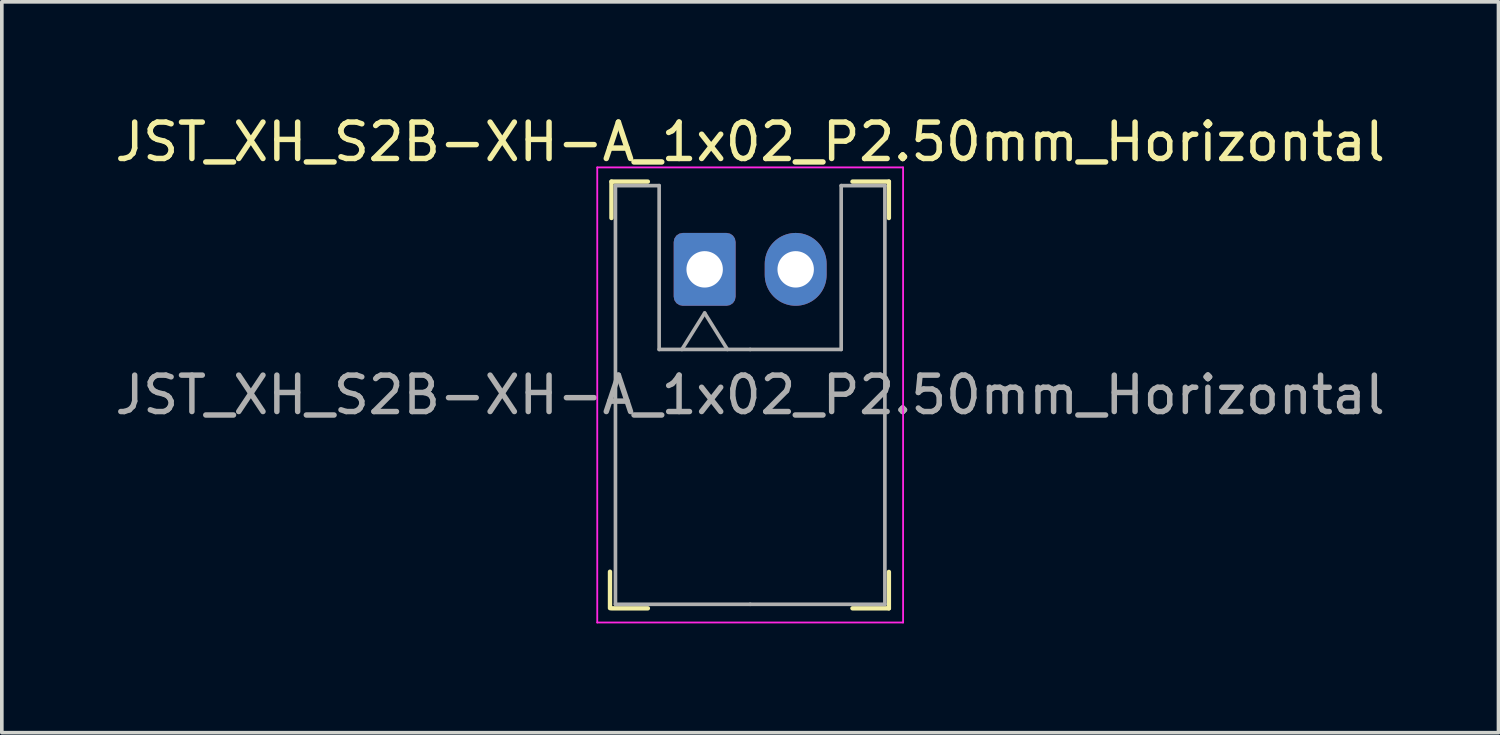
<source format=kicad_pcb>
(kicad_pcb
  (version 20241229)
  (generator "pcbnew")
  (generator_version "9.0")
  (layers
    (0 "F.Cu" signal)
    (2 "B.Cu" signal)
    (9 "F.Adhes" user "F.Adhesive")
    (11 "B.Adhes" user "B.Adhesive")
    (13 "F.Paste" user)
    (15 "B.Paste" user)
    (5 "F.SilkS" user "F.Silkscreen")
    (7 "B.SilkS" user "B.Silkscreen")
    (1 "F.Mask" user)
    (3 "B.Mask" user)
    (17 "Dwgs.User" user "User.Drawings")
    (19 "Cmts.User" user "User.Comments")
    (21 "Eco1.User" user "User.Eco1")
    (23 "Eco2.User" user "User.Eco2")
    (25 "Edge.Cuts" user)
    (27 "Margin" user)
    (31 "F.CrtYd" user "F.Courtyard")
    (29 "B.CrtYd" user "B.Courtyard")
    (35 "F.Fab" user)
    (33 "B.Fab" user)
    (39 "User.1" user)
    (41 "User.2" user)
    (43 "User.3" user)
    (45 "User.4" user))
  (footprint "JST_XH_S2B-XH-A_1x02_P2.50mm_Horizontal"
    (layer "F.Cu")
    (at 16.304 4.348)
    (property "Reference" "JST_XH_S2B-XH-A_1x02_P2.50mm_Horizontal" (at 1.25 -3.5 0) (layer "F.SilkS") (effects (font (size 1 1) (thickness 0.15))))
    (attr through_hole)
    (fp_line (start -2.6 9.305) (end -2.6 8.305) (stroke (width 0.12) (type solid)) (layer "F.SilkS"))
    (fp_line (start -2.56 -2.41) (end -1.56 -2.41) (stroke (width 0.12) (type solid)) (layer "F.SilkS"))
    (fp_line (start -2.56 -1.41) (end -2.56 -2.41) (stroke (width 0.12) (type solid)) (layer "F.SilkS"))
    (fp_line (start -1.56 9.31) (end -2.56 9.31) (stroke (width 0.12) (type solid)) (layer "F.SilkS"))
    (fp_line (start 4.06 9.31) (end 5.06 9.31) (stroke (width 0.12) (type solid)) (layer "F.SilkS"))
    (fp_line (start 5.06 -2.41) (end 4.06 -2.41) (stroke (width 0.12) (type solid)) (layer "F.SilkS"))
    (fp_line (start 5.06 -1.41) (end 5.06 -2.41) (stroke (width 0.12) (type solid)) (layer "F.SilkS"))
    (fp_line (start 5.06 9.31) (end 5.06 8.31) (stroke (width 0.12) (type solid)) (layer "F.SilkS"))
    (fp_line (start -2.95 -2.8) (end -2.95 9.7) (stroke (width 0.05) (type solid)) (layer "F.CrtYd"))
    (fp_line (start -2.95 9.7) (end 5.45 9.7) (stroke (width 0.05) (type solid)) (layer "F.CrtYd"))
    (fp_line (start 5.45 -2.8) (end -2.95 -2.8) (stroke (width 0.05) (type solid)) (layer "F.CrtYd"))
    (fp_line (start 5.45 9.7) (end 5.45 -2.8) (stroke (width 0.05) (type solid)) (layer "F.CrtYd"))
    (fp_line (start -2.45 -2.3) (end -1.25 -2.3) (stroke (width 0.1) (type solid)) (layer "F.Fab"))
    (fp_line (start -2.45 9.2) (end -2.45 -2.3) (stroke (width 0.1) (type solid)) (layer "F.Fab"))
    (fp_line (start -1.25 -2.3) (end -1.25 2.2) (stroke (width 0.1) (type solid)) (layer "F.Fab"))
    (fp_line (start -1.25 2.2) (end 1.25 2.2) (stroke (width 0.1) (type solid)) (layer "F.Fab"))
    (fp_line (start -0.625 2.2) (end 0 1.2) (stroke (width 0.1) (type solid)) (layer "F.Fab"))
    (fp_line (start 0 1.2) (end 0.625 2.2) (stroke (width 0.1) (type solid)) (layer "F.Fab"))
    (fp_line (start 1.25 9.2) (end -2.45 9.2) (stroke (width 0.1) (type solid)) (layer "F.Fab"))
    (fp_line (start 1.25 9.2) (end 4.95 9.2) (stroke (width 0.1) (type solid)) (layer "F.Fab"))
    (fp_line (start 3.75 -2.3) (end 3.75 2.2) (stroke (width 0.1) (type solid)) (layer "F.Fab"))
    (fp_line (start 3.75 2.2) (end 1.25 2.2) (stroke (width 0.1) (type solid)) (layer "F.Fab"))
    (fp_line (start 4.95 -2.3) (end 3.75 -2.3) (stroke (width 0.1) (type solid)) (layer "F.Fab"))
    (fp_line (start 4.95 9.2) (end 4.95 -2.3) (stroke (width 0.1) (type solid)) (layer "F.Fab"))
    (fp_text user "${REFERENCE}" (at 1.25 3.45 0) (layer "F.Fab") (effects (font (size 1 1) (thickness 0.15))))
    (pad "1" thru_hole roundrect (at 0 0) (size 1.7 2) (drill 1) (layers "*.Cu" "*.Mask") (roundrect_rratio 0.147))
    (pad "2" thru_hole oval (at 2.5 0) (size 1.7 2) (drill 1) (layers "*.Cu" "*.Mask")))
  (gr_rect
    (start -3 -3)
    (end 38.107 17.073)
    (stroke (width 0.1) (type default))
    (fill no)
    (layer "Edge.Cuts")))
</source>
